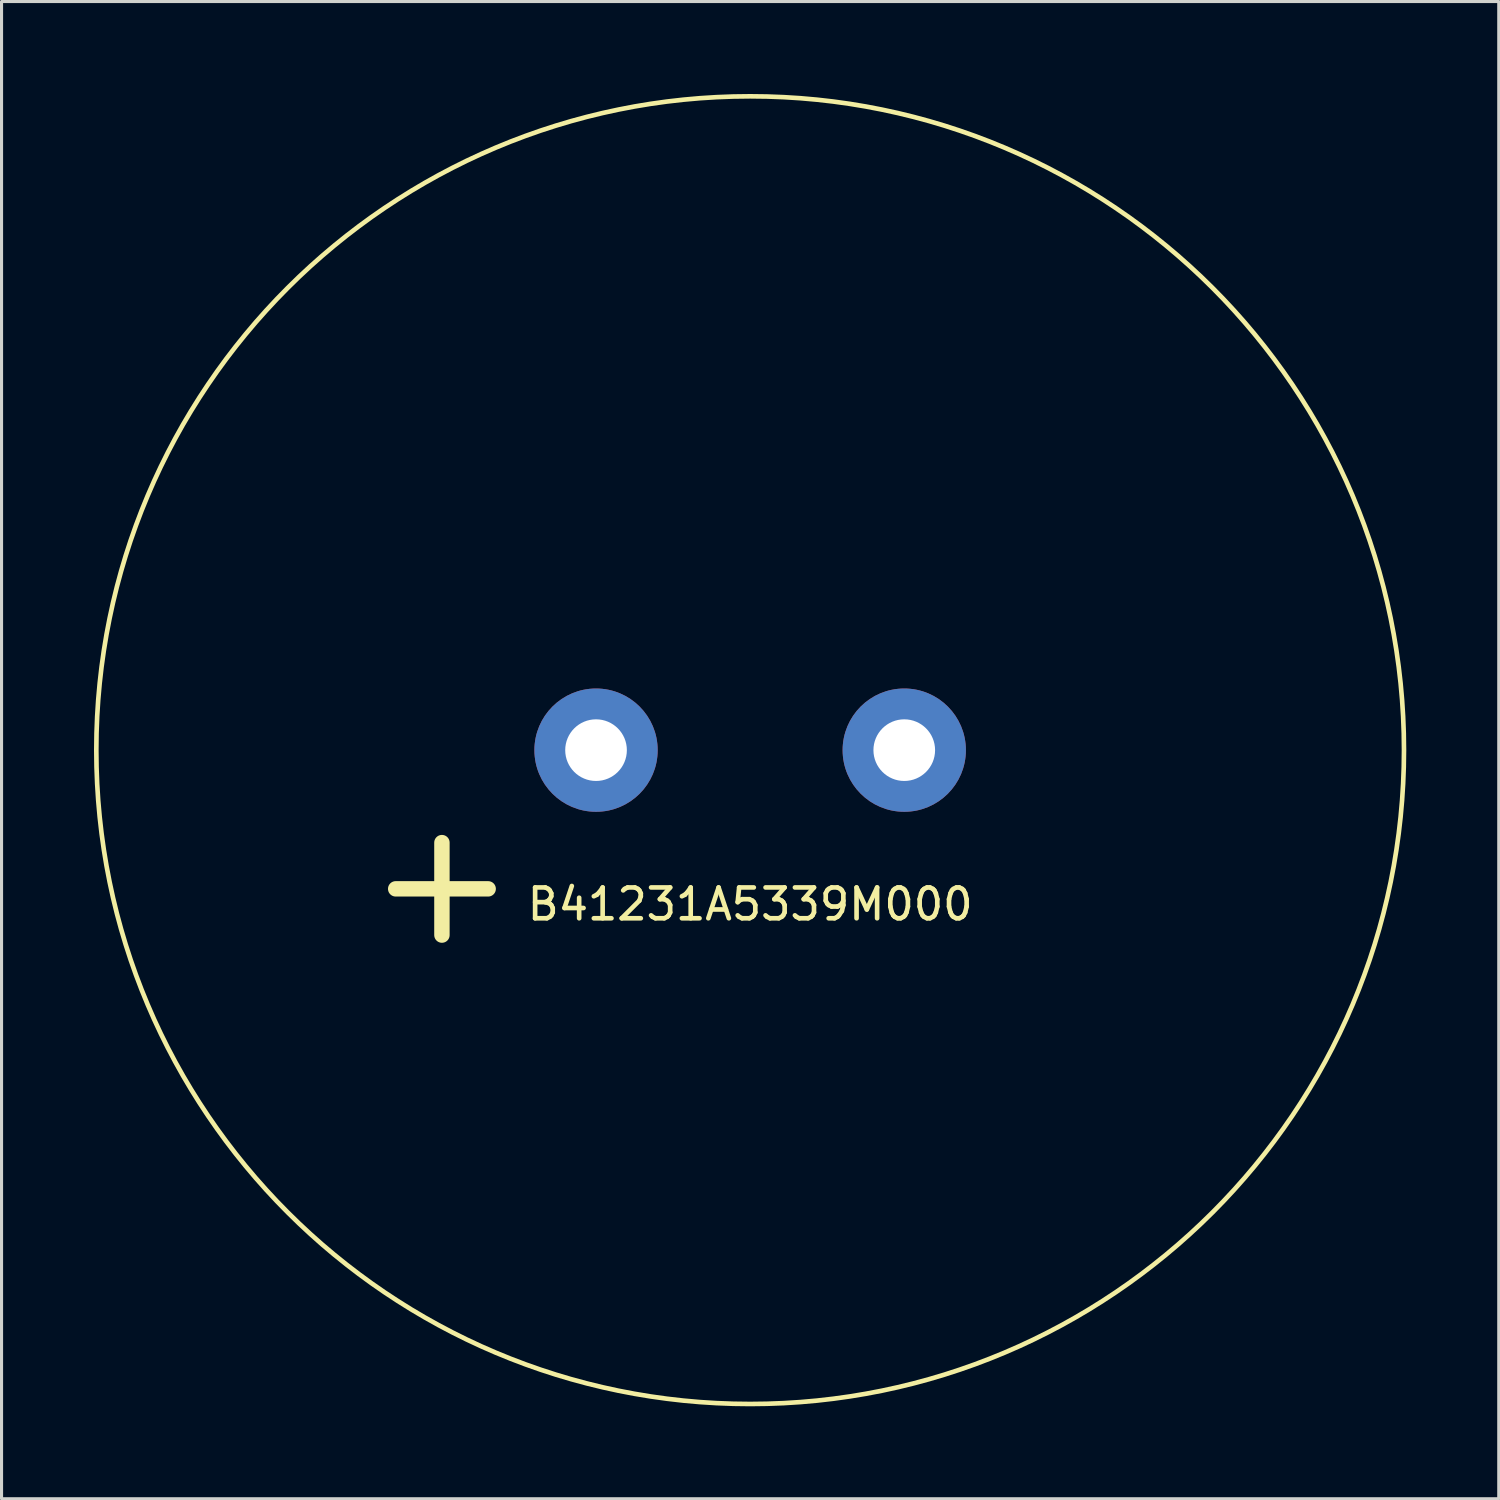
<source format=kicad_pcb>
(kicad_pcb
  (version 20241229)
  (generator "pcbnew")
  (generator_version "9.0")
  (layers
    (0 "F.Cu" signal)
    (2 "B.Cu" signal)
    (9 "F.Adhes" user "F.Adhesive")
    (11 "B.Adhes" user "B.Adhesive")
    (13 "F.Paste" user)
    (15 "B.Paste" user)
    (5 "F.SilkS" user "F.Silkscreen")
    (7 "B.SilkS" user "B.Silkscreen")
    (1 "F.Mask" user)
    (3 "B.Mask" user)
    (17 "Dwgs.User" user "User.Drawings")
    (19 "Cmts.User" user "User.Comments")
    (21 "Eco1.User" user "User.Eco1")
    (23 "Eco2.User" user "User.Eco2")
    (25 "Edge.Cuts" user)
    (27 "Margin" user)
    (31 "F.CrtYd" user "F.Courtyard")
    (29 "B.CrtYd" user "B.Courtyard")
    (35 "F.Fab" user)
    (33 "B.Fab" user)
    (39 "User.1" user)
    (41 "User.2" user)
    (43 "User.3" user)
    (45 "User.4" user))
  (footprint "B41231A5339M000"
    (layer "F.Cu")
    (at 21.288 21.288)
    (property "Reference" "B41231A5339M000" (at 0 5 0) (layer "F.SilkS") (effects (font (size 1 1) (thickness 0.15))))
    (attr through_hole)
    (fp_line (start -11.5 4.5) (end -8.5 4.5) (stroke (width 0.5) (type solid)) (layer "F.SilkS"))
    (fp_line (start -10 3) (end -10 6) (stroke (width 0.5) (type solid)) (layer "F.SilkS"))
    (fp_circle (center 0 0) (end 15 -15) (stroke (width 0.15) (type solid)) (fill no) (layer "F.SilkS"))
    (pad "1" thru_hole circle (at -5 0) (size 4 4) (drill 2) (layers "*.Cu" "*.Mask"))
    (pad "2" thru_hole circle (at 5 0) (size 4 4) (drill 2) (layers "*.Cu" "*.Mask")))
  (gr_rect
    (start -3 -3)
    (end 45.576 45.576)
    (stroke (width 0.1) (type default))
    (fill no)
    (layer "Edge.Cuts")))
</source>
